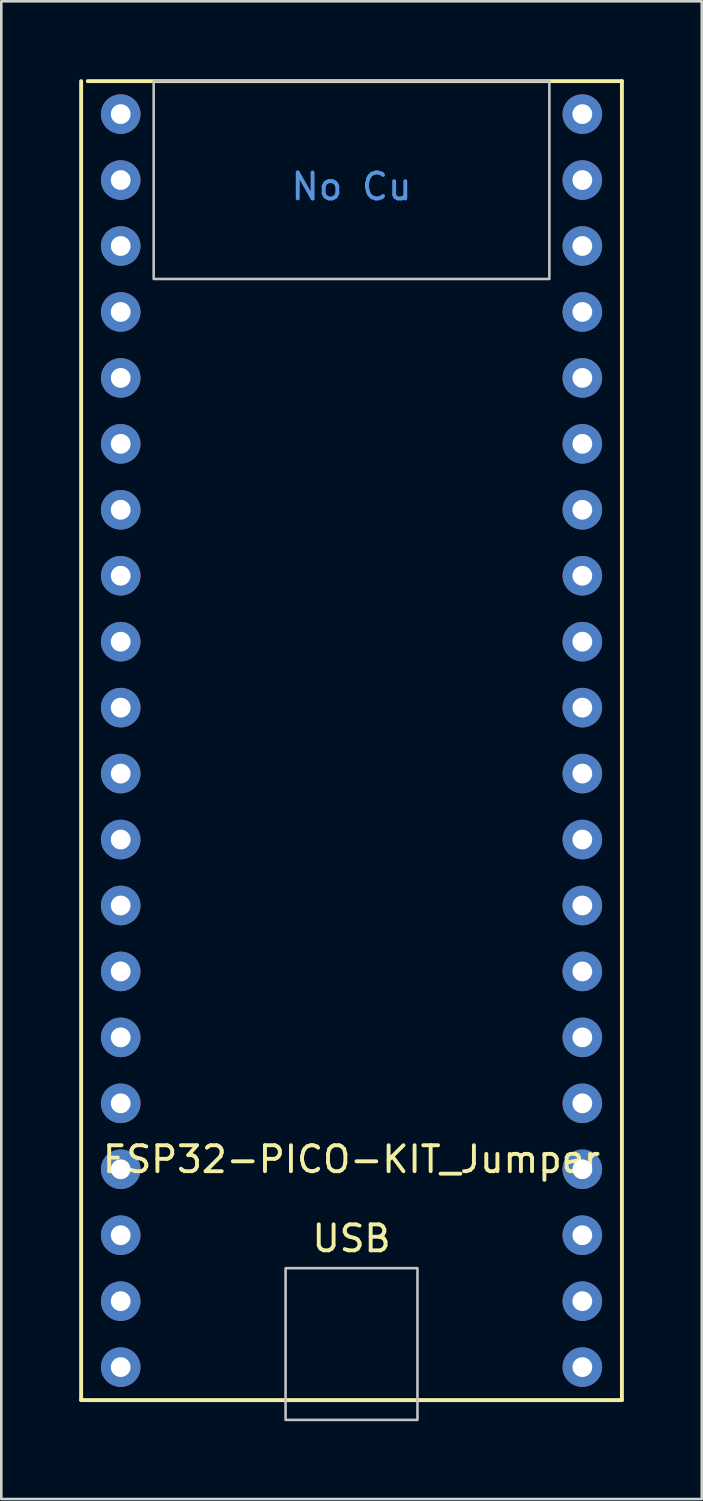
<source format=kicad_pcb>
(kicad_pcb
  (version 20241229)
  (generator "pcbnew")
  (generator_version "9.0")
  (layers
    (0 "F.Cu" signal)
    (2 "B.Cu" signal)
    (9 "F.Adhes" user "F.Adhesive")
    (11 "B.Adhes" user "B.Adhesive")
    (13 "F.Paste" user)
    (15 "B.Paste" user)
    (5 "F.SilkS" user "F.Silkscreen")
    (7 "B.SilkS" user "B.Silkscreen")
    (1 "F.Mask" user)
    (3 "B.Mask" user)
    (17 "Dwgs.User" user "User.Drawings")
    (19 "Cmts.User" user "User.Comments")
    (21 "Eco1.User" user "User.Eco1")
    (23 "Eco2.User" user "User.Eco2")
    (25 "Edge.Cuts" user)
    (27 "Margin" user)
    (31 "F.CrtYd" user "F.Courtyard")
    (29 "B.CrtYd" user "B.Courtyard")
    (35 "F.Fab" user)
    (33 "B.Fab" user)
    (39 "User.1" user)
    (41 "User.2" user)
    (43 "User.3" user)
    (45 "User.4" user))
  (footprint "ESP32-PICO-KIT_Jumper"
    (layer "F.Cu")
    (at 10.489 25.475)
    (property "Reference" "ESP32-PICO-KIT_Jumper" (at 0 16.129 0) (layer "F.SilkS") (effects (font (size 1 1) (thickness 0.15))))
    (attr through_hole)
    (fp_line (start -10.414 25.4) (end -10.414 -25.4) (stroke (width 0.15) (type solid)) (layer "F.SilkS"))
    (fp_line (start -10.16 -25.4) (end 10.414 -25.4) (stroke (width 0.15) (type solid)) (layer "F.SilkS"))
    (fp_line (start 10.414 -25.4) (end 10.414 25.4) (stroke (width 0.15) (type solid)) (layer "F.SilkS"))
    (fp_line (start 10.414 25.4) (end -10.414 25.4) (stroke (width 0.15) (type solid)) (layer "F.SilkS"))
    (fp_poly (pts (xy 2.54 26.162) (xy -2.54 26.162) (xy -2.54 20.32) (xy 2.54 20.32)) (stroke (width 0.1) (type solid)) (fill no) (layer "Dwgs.User"))
    (fp_poly (pts (xy 7.62 -17.78) (xy -7.62 -17.78) (xy -7.62 -25.4) (xy 7.62 -25.4)) (stroke (width 0.1) (type solid)) (fill no) (layer "Dwgs.User"))
    (fp_text user "USB" (at 0 19.177 0) (layer "F.SilkS") (effects (font (size 1 1) (thickness 0.15))))
    (fp_text user "No Cu" (at 0 -21.336 0) (layer "Cmts.User") (effects (font (size 1 1) (thickness 0.15))))
    (pad "J2_1" thru_hole circle (at 8.89 -24.13) (size 1.524 1.524) (drill 0.762) (layers "*.Cu" "*.Mask"))
    (pad "J2_2" thru_hole circle (at 8.89 -21.59) (size 1.524 1.524) (drill 0.762) (layers "*.Cu" "*.Mask"))
    (pad "J2_3" thru_hole circle (at 8.89 -19.05) (size 1.524 1.524) (drill 0.762) (layers "*.Cu" "*.Mask"))
    (pad "J2_4" thru_hole circle (at 8.89 -16.51) (size 1.524 1.524) (drill 0.762) (layers "*.Cu" "*.Mask"))
    (pad "J2_5" thru_hole circle (at 8.89 -13.97) (size 1.524 1.524) (drill 0.762) (layers "*.Cu" "*.Mask"))
    (pad "J2_6" thru_hole circle (at 8.89 -11.43) (size 1.524 1.524) (drill 0.762) (layers "*.Cu" "*.Mask"))
    (pad "J2_7" thru_hole circle (at 8.89 -8.89) (size 1.524 1.524) (drill 0.762) (layers "*.Cu" "*.Mask"))
    (pad "J2_8" thru_hole circle (at 8.89 -6.35) (size 1.524 1.524) (drill 0.762) (layers "*.Cu" "*.Mask"))
    (pad "J2_9" thru_hole circle (at 8.89 -3.81) (size 1.524 1.524) (drill 0.762) (layers "*.Cu" "*.Mask"))
    (pad "J2_10" thru_hole circle (at 8.89 -1.27) (size 1.524 1.524) (drill 0.762) (layers "*.Cu" "*.Mask"))
    (pad "J2_11" thru_hole circle (at 8.89 1.27) (size 1.524 1.524) (drill 0.762) (layers "*.Cu" "*.Mask"))
    (pad "J2_12" thru_hole circle (at 8.89 3.81) (size 1.524 1.524) (drill 0.762) (layers "*.Cu" "*.Mask"))
    (pad "J2_13" thru_hole circle (at 8.89 6.35) (size 1.524 1.524) (drill 0.762) (layers "*.Cu" "*.Mask"))
    (pad "J2_14" thru_hole circle (at 8.89 8.89) (size 1.524 1.524) (drill 0.762) (layers "*.Cu" "*.Mask"))
    (pad "J2_15" thru_hole circle (at 8.89 11.43) (size 1.524 1.524) (drill 0.762) (layers "*.Cu" "*.Mask"))
    (pad "J2_16" thru_hole circle (at 8.89 13.97) (size 1.524 1.524) (drill 0.762) (layers "*.Cu" "*.Mask"))
    (pad "J2_17" thru_hole circle (at 8.89 16.51) (size 1.524 1.524) (drill 0.762) (layers "*.Cu" "*.Mask"))
    (pad "J2_18" thru_hole circle (at 8.89 19.05) (size 1.524 1.524) (drill 0.762) (layers "*.Cu" "*.Mask"))
    (pad "J2_19" thru_hole circle (at 8.89 21.59) (size 1.524 1.524) (drill 0.762) (layers "*.Cu" "*.Mask"))
    (pad "J2_20" thru_hole circle (at 8.89 24.13) (size 1.524 1.524) (drill 0.762) (layers "*.Cu" "*.Mask"))
    (pad "J3_1" thru_hole circle (at -8.89 -24.13) (size 1.524 1.524) (drill 0.762) (layers "*.Cu" "*.Mask"))
    (pad "J3_2" thru_hole circle (at -8.89 -21.59) (size 1.524 1.524) (drill 0.762) (layers "*.Cu" "*.Mask"))
    (pad "J3_3" thru_hole circle (at -8.89 -19.05) (size 1.524 1.524) (drill 0.762) (layers "*.Cu" "*.Mask"))
    (pad "J3_4" thru_hole circle (at -8.89 -16.51) (size 1.524 1.524) (drill 0.762) (layers "*.Cu" "*.Mask"))
    (pad "J3_5" thru_hole circle (at -8.89 -13.97) (size 1.524 1.524) (drill 0.762) (layers "*.Cu" "*.Mask"))
    (pad "J3_6" thru_hole circle (at -8.89 -11.43) (size 1.524 1.524) (drill 0.762) (layers "*.Cu" "*.Mask"))
    (pad "J3_7" thru_hole circle (at -8.89 -8.89) (size 1.524 1.524) (drill 0.762) (layers "*.Cu" "*.Mask"))
    (pad "J3_8" thru_hole circle (at -8.89 -6.35) (size 1.524 1.524) (drill 0.762) (layers "*.Cu" "*.Mask"))
    (pad "J3_9" thru_hole circle (at -8.89 -3.81) (size 1.524 1.524) (drill 0.762) (layers "*.Cu" "*.Mask"))
    (pad "J3_10" thru_hole circle (at -8.89 -1.27) (size 1.524 1.524) (drill 0.762) (layers "*.Cu" "*.Mask"))
    (pad "J3_11" thru_hole circle (at -8.89 1.27) (size 1.524 1.524) (drill 0.762) (layers "*.Cu" "*.Mask"))
    (pad "J3_12" thru_hole circle (at -8.89 3.81) (size 1.524 1.524) (drill 0.762) (layers "*.Cu" "*.Mask"))
    (pad "J3_13" thru_hole circle (at -8.89 6.35) (size 1.524 1.524) (drill 0.762) (layers "*.Cu" "*.Mask"))
    (pad "J3_14" thru_hole circle (at -8.89 8.89) (size 1.524 1.524) (drill 0.762) (layers "*.Cu" "*.Mask"))
    (pad "J3_15" thru_hole circle (at -8.89 11.43) (size 1.524 1.524) (drill 0.762) (layers "*.Cu" "*.Mask"))
    (pad "J3_16" thru_hole circle (at -8.89 13.97) (size 1.524 1.524) (drill 0.762) (layers "*.Cu" "*.Mask"))
    (pad "J3_17" thru_hole circle (at -8.89 16.51) (size 1.524 1.524) (drill 0.762) (layers "*.Cu" "*.Mask"))
    (pad "J3_18" thru_hole circle (at -8.89 19.05) (size 1.524 1.524) (drill 0.762) (layers "*.Cu" "*.Mask"))
    (pad "J3_19" thru_hole circle (at -8.89 21.59) (size 1.524 1.524) (drill 0.762) (layers "*.Cu" "*.Mask"))
    (pad "J3_20" thru_hole circle (at -8.89 24.13) (size 1.524 1.524) (drill 0.762) (layers "*.Cu" "*.Mask")))
  (gr_rect
    (start -3 -3)
    (end 23.978 54.687)
    (stroke (width 0.1) (type default))
    (fill no)
    (layer "Edge.Cuts")))
</source>
